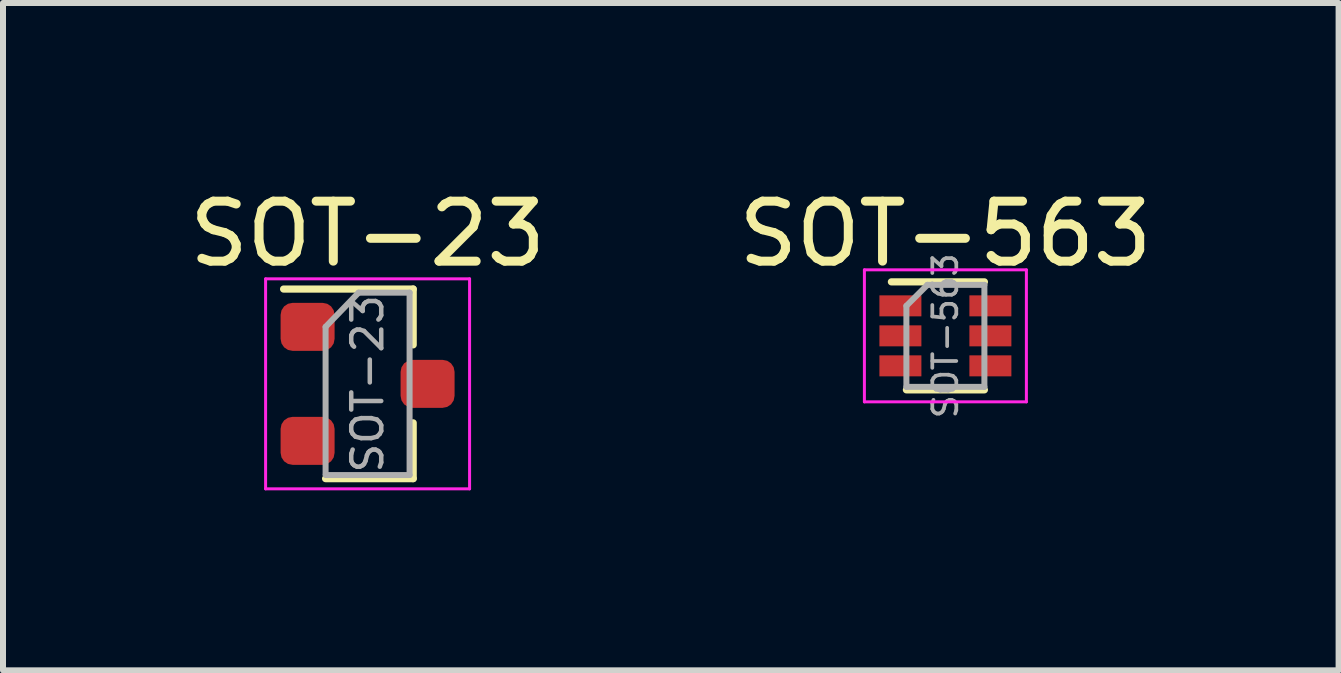
<source format=kicad_pcb>
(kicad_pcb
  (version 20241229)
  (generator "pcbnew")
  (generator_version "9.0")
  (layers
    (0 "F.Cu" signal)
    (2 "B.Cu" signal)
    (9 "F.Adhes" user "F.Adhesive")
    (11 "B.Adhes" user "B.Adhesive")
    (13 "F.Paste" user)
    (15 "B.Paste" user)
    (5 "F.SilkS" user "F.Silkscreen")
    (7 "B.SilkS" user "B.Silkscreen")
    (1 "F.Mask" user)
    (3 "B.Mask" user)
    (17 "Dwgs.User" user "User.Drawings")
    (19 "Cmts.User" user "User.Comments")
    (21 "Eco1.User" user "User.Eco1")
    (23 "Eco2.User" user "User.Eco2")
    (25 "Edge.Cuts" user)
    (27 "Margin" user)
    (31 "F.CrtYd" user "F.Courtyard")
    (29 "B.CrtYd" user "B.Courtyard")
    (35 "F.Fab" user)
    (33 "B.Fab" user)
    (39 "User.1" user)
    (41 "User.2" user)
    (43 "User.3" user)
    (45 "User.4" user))
  (footprint "SOT-563"
    (layer "F.Cu")
    (at 12.708 2.548)
    (property "Reference" "SOT-563" (at 0 -1.7 0) (layer "F.SilkS") (effects (font (size 1 1) (thickness 0.15))))
    (attr smd)
    (fp_line (start -0.9 -0.9) (end 0.65 -0.9) (stroke (width 0.12) (type solid)) (layer "F.SilkS"))
    (fp_line (start 0.65 0.9) (end -0.65 0.9) (stroke (width 0.12) (type solid)) (layer "F.SilkS"))
    (fp_line (start -1.35 -1.1) (end -1.35 1.1) (stroke (width 0.05) (type solid)) (layer "F.CrtYd"))
    (fp_line (start -1.35 -1.1) (end 1.35 -1.1) (stroke (width 0.05) (type solid)) (layer "F.CrtYd"))
    (fp_line (start 1.35 1.1) (end -1.35 1.1) (stroke (width 0.05) (type solid)) (layer "F.CrtYd"))
    (fp_line (start 1.35 1.1) (end 1.35 -1.1) (stroke (width 0.05) (type solid)) (layer "F.CrtYd"))
    (fp_line (start -0.65 -0.5) (end -0.65 0.85) (stroke (width 0.1) (type solid)) (layer "F.Fab"))
    (fp_line (start -0.65 -0.5) (end -0.3 -0.85) (stroke (width 0.1) (type solid)) (layer "F.Fab"))
    (fp_line (start -0.65 0.85) (end 0.65 0.85) (stroke (width 0.1) (type solid)) (layer "F.Fab"))
    (fp_line (start 0.65 -0.85) (end -0.3 -0.85) (stroke (width 0.1) (type solid)) (layer "F.Fab"))
    (fp_line (start 0.65 0.85) (end 0.65 -0.85) (stroke (width 0.1) (type solid)) (layer "F.Fab"))
    (fp_text user "${REFERENCE}" (at 0 0 90) (layer "F.Fab") (effects (font (size 0.4 0.4) (thickness 0.062))))
    (pad "1" smd rect (at -0.75 -0.5) (size 0.7 0.35) (layers "F.Cu" "F.Mask" "F.Paste"))
    (pad "2" smd rect (at -0.75 0) (size 0.7 0.35) (layers "F.Cu" "F.Mask" "F.Paste"))
    (pad "3" smd rect (at -0.75 0.5) (size 0.7 0.35) (layers "F.Cu" "F.Mask" "F.Paste"))
    (pad "4" smd rect (at 0.75 0.5) (size 0.7 0.35) (layers "F.Cu" "F.Mask" "F.Paste"))
    (pad "5" smd rect (at 0.75 0) (size 0.7 0.35) (layers "F.Cu" "F.Mask" "F.Paste"))
    (pad "6" smd rect (at 0.75 -0.5) (size 0.7 0.35) (layers "F.Cu" "F.Mask" "F.Paste")))
  (footprint "SOT-23"
    (layer "F.Cu")
    (at 3.077 3.348)
    (property "Reference" "SOT-23" (at 0 -2.5 0) (layer "F.SilkS") (effects (font (size 1 1) (thickness 0.15))))
    (attr smd)
    (fp_line (start 0.76 -1.58) (end -1.4 -1.58) (stroke (width 0.12) (type solid)) (layer "F.SilkS"))
    (fp_line (start 0.76 -1.58) (end 0.76 -0.65) (stroke (width 0.12) (type solid)) (layer "F.SilkS"))
    (fp_line (start 0.76 1.58) (end -0.7 1.58) (stroke (width 0.12) (type solid)) (layer "F.SilkS"))
    (fp_line (start 0.76 1.58) (end 0.76 0.65) (stroke (width 0.12) (type solid)) (layer "F.SilkS"))
    (fp_line (start -1.7 -1.75) (end 1.7 -1.75) (stroke (width 0.05) (type solid)) (layer "F.CrtYd"))
    (fp_line (start -1.7 1.75) (end -1.7 -1.75) (stroke (width 0.05) (type solid)) (layer "F.CrtYd"))
    (fp_line (start 1.7 -1.75) (end 1.7 1.75) (stroke (width 0.05) (type solid)) (layer "F.CrtYd"))
    (fp_line (start 1.7 1.75) (end -1.7 1.75) (stroke (width 0.05) (type solid)) (layer "F.CrtYd"))
    (fp_line (start -0.7 -0.95) (end -0.7 1.5) (stroke (width 0.1) (type solid)) (layer "F.Fab"))
    (fp_line (start -0.7 -0.95) (end -0.15 -1.52) (stroke (width 0.1) (type solid)) (layer "F.Fab"))
    (fp_line (start -0.7 1.52) (end 0.7 1.52) (stroke (width 0.1) (type solid)) (layer "F.Fab"))
    (fp_line (start -0.15 -1.52) (end 0.7 -1.52) (stroke (width 0.1) (type solid)) (layer "F.Fab"))
    (fp_line (start 0.7 -1.52) (end 0.7 1.52) (stroke (width 0.1) (type solid)) (layer "F.Fab"))
    (fp_text user "${REFERENCE}" (at 0 0 90) (layer "F.Fab") (effects (font (size 0.5 0.5) (thickness 0.075))))
    (pad "1" smd roundrect (at -1 -0.95) (size 0.9 0.8) (layers "F.Cu" "F.Mask" "F.Paste") (roundrect_rratio 0.25))
    (pad "2" smd roundrect (at -1 0.95) (size 0.9 0.8) (layers "F.Cu" "F.Mask" "F.Paste") (roundrect_rratio 0.25))
    (pad "3" smd roundrect (at 1 0) (size 0.9 0.8) (layers "F.Cu" "F.Mask" "F.Paste") (roundrect_rratio 0.25)))
  (gr_rect
    (start -3 -3)
    (end 19.262 8.123)
    (stroke (width 0.1) (type default))
    (fill no)
    (layer "Edge.Cuts")))
</source>
